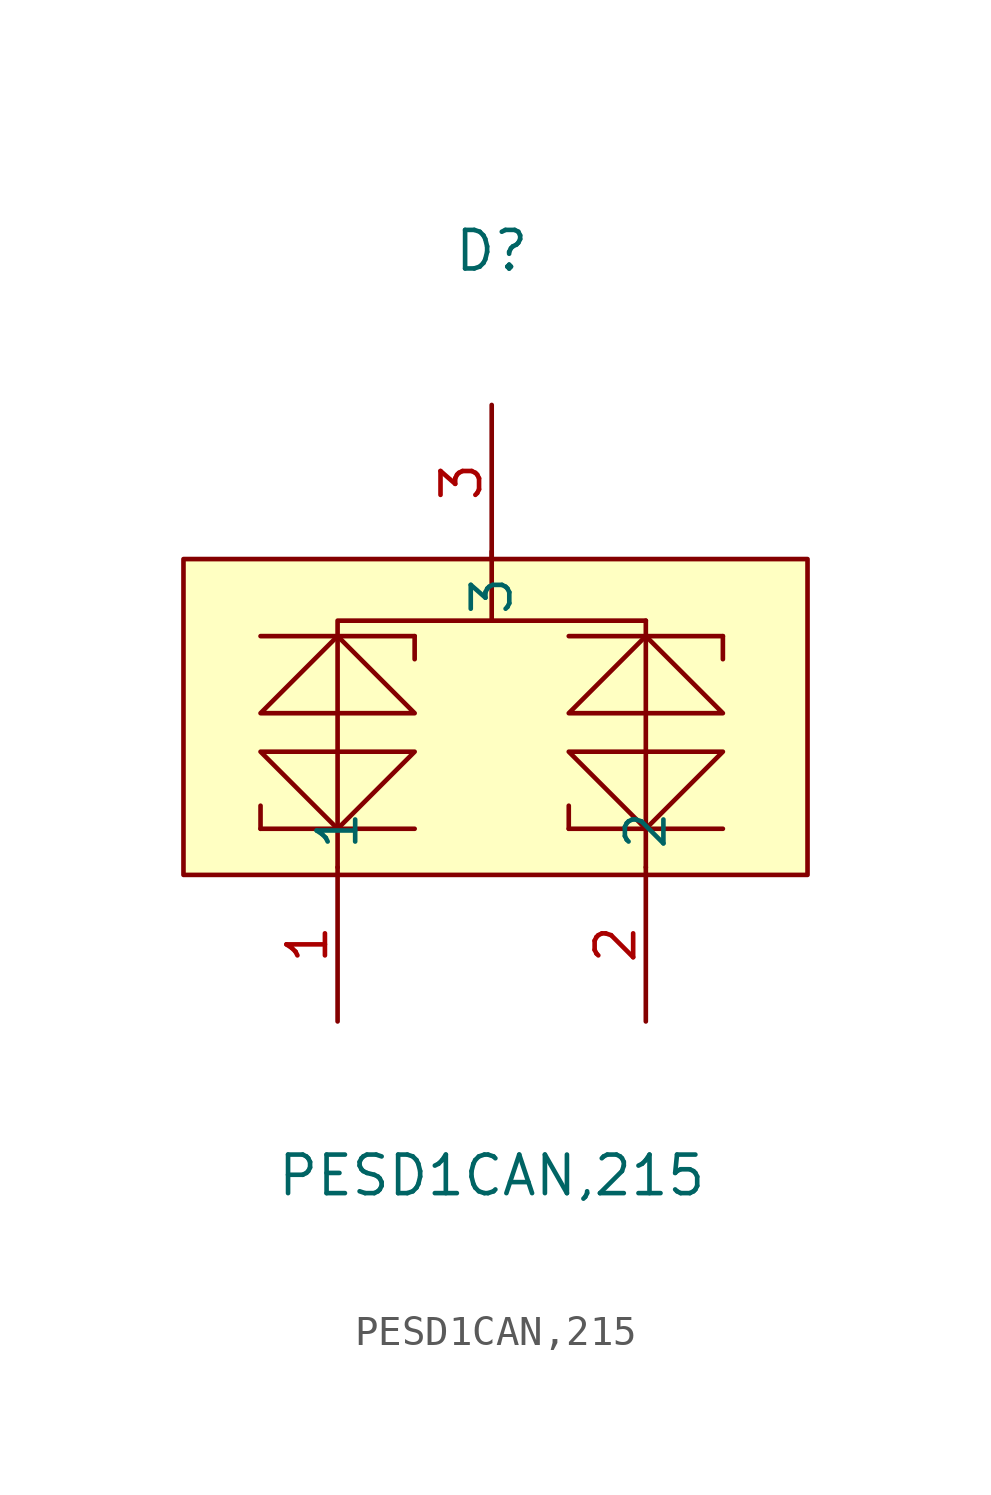
<source format=kicad_sym>
(kicad_symbol_lib
  (version 20211014)
  (generator https://github.com/uPesy/easyeda2kicad.py)
  (symbol "PESD1CAN,215"
    (property "Reference" "D"
      (at 0 15.24 0)
      (effects (font (size 1.27 1.27))))
    (property "Value" "PESD1CAN,215"
      (at 0 -15.24 0)
      (effects (font (size 1.27 1.27))))
    (symbol "PESD1CAN,215_0_1"
      (rectangle (start -10.16 5.08) (end 10.41 -5.33) (stroke (width 0) (type default) (color 0 0 0 0)) (fill (type background)))
      (polyline (pts (xy -2.54 -3.81) (xy -7.62 -3.81)) (stroke (width 0) (type default) (color 0 0 0 0)) (fill (type none)))
      (polyline (pts (xy -7.62 -3.81) (xy -7.62 -3.05)) (stroke (width 0) (type default) (color 0 0 0 0)) (fill (type none)))
      (polyline (pts (xy -5.08 -5.08) (xy -5.08 3.05) (xy 5.08 3.05)) (stroke (width 0) (type default) (color 0 0 0 0)) (fill (type none)))
      (polyline (pts (xy 5.08 3.05) (xy 5.08 -5.08)) (stroke (width 0) (type default) (color 0 0 0 0)) (fill (type none)))
      (polyline (pts (xy 0.00 5.33) (xy 0.00 3.05)) (stroke (width 0) (type default) (color 0 0 0 0)) (fill (type none)))
      (polyline (pts (xy -2.54 2.54) (xy -2.54 1.78)) (stroke (width 0) (type default) (color 0 0 0 0)) (fill (type none)))
      (polyline (pts (xy -7.62 2.54) (xy -2.54 2.54)) (stroke (width 0) (type default) (color 0 0 0 0)) (fill (type none)))
      (polyline (pts (xy 2.54 2.54) (xy 7.62 2.54)) (stroke (width 0) (type default) (color 0 0 0 0)) (fill (type none)))
      (polyline (pts (xy 7.62 2.54) (xy 7.62 1.78)) (stroke (width 0) (type default) (color 0 0 0 0)) (fill (type none)))
      (polyline (pts (xy 2.54 -3.81) (xy 2.54 -3.05)) (stroke (width 0) (type default) (color 0 0 0 0)) (fill (type none)))
      (polyline (pts (xy 7.62 -3.81) (xy 2.54 -3.81)) (stroke (width 0) (type default) (color 0 0 0 0)) (fill (type none)))
      (polyline (pts (xy -7.62 -1.27) (xy -5.08 -3.81) (xy -2.54 -1.27) (xy -7.62 -1.27)) (stroke (width 0) (type default) (color 0 0 0 0)) (fill (type background)))
      (polyline (pts (xy -2.54 -0.00) (xy -5.08 2.54) (xy -7.62 -0.00) (xy -2.54 -0.00)) (stroke (width 0) (type default) (color 0 0 0 0)) (fill (type background)))
      (polyline (pts (xy 7.62 -0.00) (xy 5.08 2.54) (xy 2.54 -0.00) (xy 7.62 -0.00)) (stroke (width 0) (type default) (color 0 0 0 0)) (fill (type background)))
      (polyline (pts (xy 2.54 -1.27) (xy 5.08 -3.81) (xy 7.62 -1.27) (xy 2.54 -1.27)) (stroke (width 0) (type default) (color 0 0 0 0)) (fill (type background)))
      (pin input line (at -5.08 -10.16 90) (length 5.08) (name "1" (effects (font (size 1.27 1.27)))) (number "1" (effects (font (size 1.27 1.27)))))
      (pin input line (at 5.08 -10.16 90) (length 5.08) (name "2" (effects (font (size 1.27 1.27)))) (number "2" (effects (font (size 1.27 1.27)))))
      (pin input line (at 0.00 10.16 270) (length 5.08) (name "3" (effects (font (size 1.27 1.27)))) (number "3" (effects (font (size 1.27 1.27))))))))
</source>
